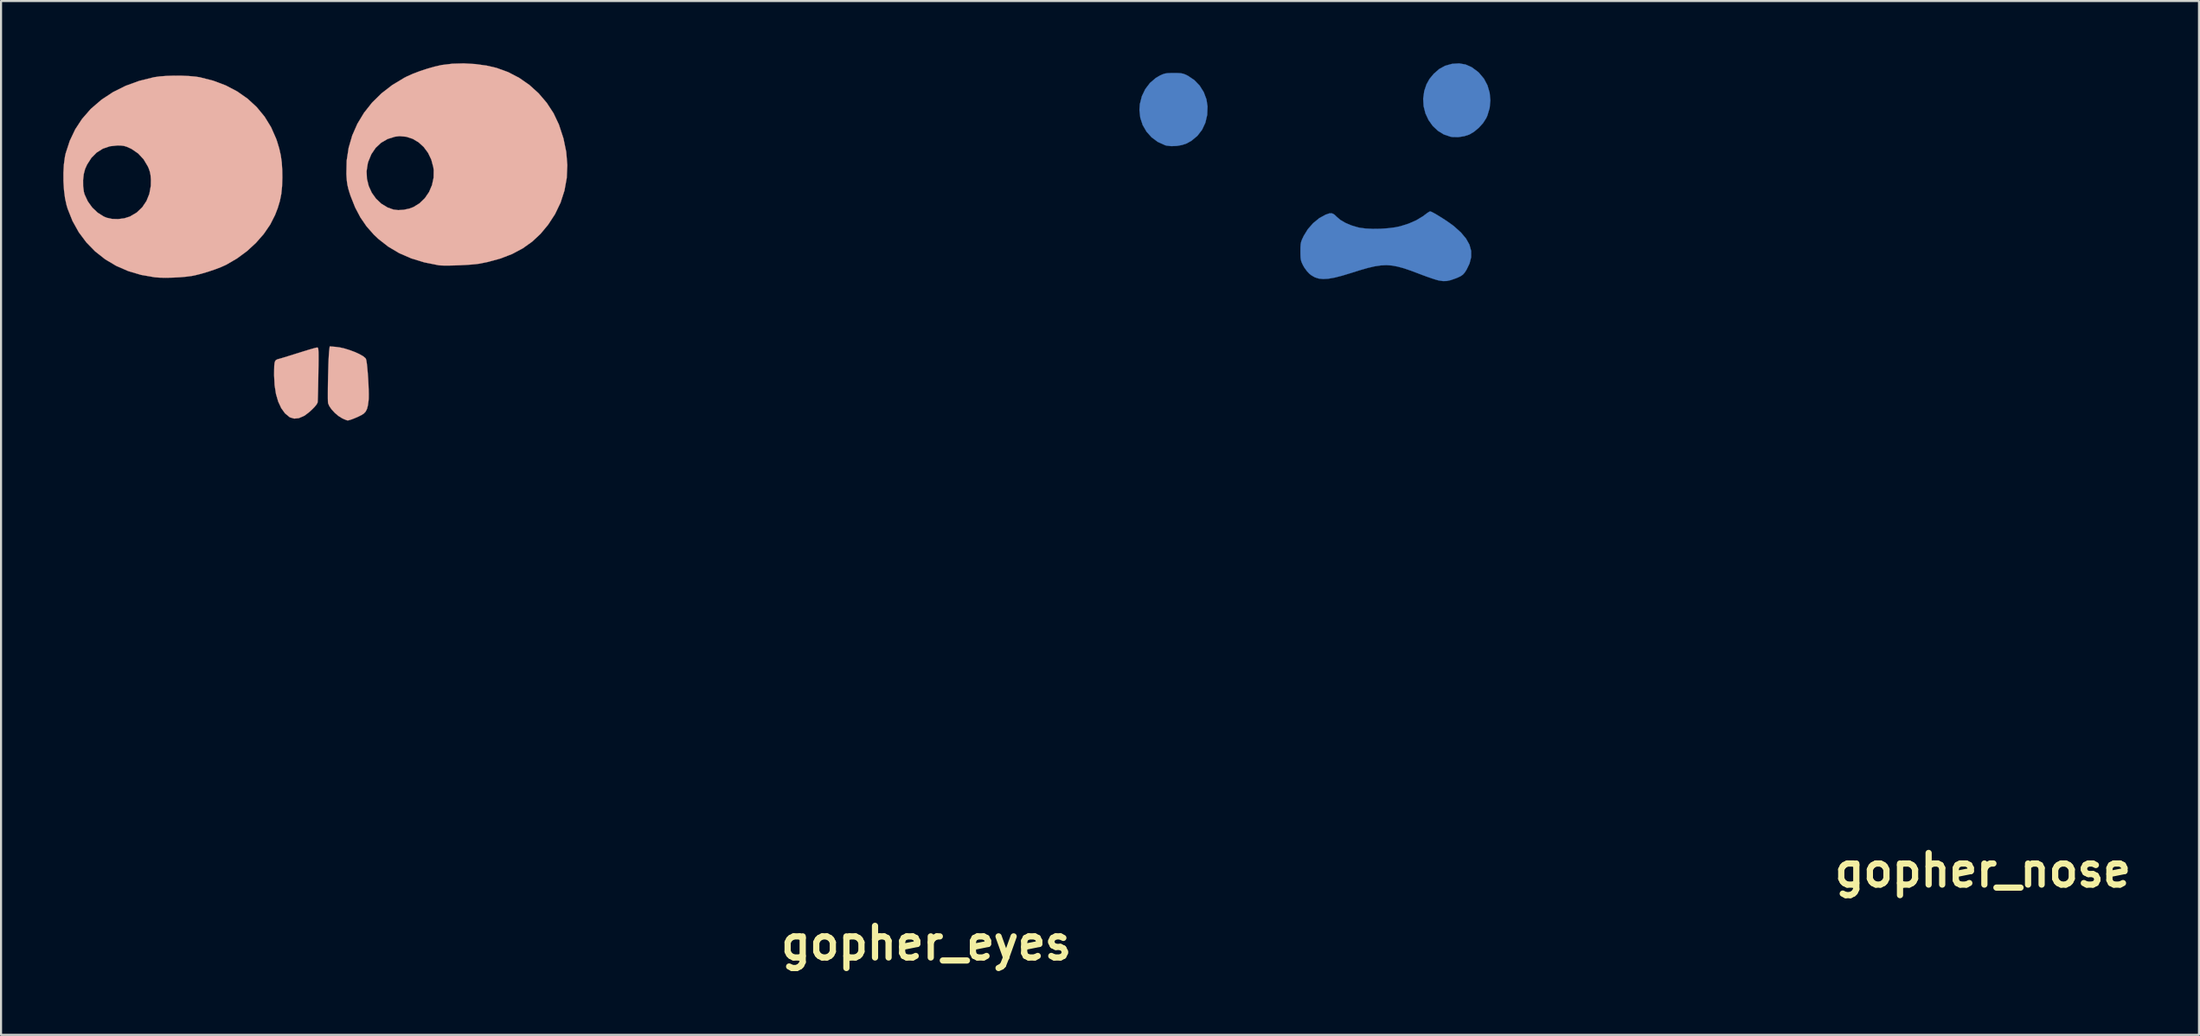
<source format=kicad_pcb>
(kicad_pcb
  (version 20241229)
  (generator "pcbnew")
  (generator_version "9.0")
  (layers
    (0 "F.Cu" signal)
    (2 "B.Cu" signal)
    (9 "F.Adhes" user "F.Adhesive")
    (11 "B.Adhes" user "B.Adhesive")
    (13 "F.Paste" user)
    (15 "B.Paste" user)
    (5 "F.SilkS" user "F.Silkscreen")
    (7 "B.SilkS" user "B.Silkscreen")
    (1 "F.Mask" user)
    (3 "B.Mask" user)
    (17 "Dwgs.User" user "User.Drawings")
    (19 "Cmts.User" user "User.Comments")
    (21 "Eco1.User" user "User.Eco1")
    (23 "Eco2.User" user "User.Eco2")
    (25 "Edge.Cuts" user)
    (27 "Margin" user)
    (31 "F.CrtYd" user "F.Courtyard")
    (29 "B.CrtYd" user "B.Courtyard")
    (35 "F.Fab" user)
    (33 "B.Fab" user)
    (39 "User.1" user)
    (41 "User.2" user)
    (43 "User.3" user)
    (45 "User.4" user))
  (footprint "gopher_eyes"
    (layer "F.Cu")
    (at 41.565 42.398)
    (property "Reference" "gopher_eyes" (at 0 0 0) (layer "F.SilkS") (effects (font (size 1.524 1.524) (thickness 0.3))))
    (attr through_hole)
    (fp_poly (pts (xy -28.453 -28.734) (xy -28.235 -28.704) (xy -27.995 -28.647) (xy -27.747 -28.569) (xy -27.508 -28.479) (xy -27.296 -28.381) (xy -27.126 -28.284) (xy -27.016 -28.192) (xy -26.991 -28.156) (xy -26.968 -28.074) (xy -26.945 -27.922) (xy -26.923 -27.718) (xy -26.902 -27.476) (xy -26.883 -27.213) (xy -26.868 -26.945) (xy -26.858 -26.687) (xy -26.853 -26.455) (xy -26.855 -26.265) (xy -26.861 -26.159) (xy -26.893 -25.918) (xy -26.937 -25.745) (xy -27 -25.619) (xy -27.088 -25.524) (xy -27.11 -25.507) (xy -27.21 -25.445) (xy -27.356 -25.372) (xy -27.521 -25.3) (xy -27.681 -25.238) (xy -27.81 -25.198) (xy -27.869 -25.188) (xy -27.935 -25.206) (xy -28.047 -25.252) (xy -28.142 -25.297) (xy -28.315 -25.406) (xy -28.486 -25.551) (xy -28.638 -25.715) (xy -28.752 -25.877) (xy -28.811 -26.018) (xy -28.812 -26.022) (xy -28.819 -26.107) (xy -28.823 -26.263) (xy -28.823 -26.474) (xy -28.822 -26.728) (xy -28.818 -27.01) (xy -28.812 -27.305) (xy -28.804 -27.6) (xy -28.796 -27.881) (xy -28.786 -28.133) (xy -28.775 -28.341) (xy -28.764 -28.493) (xy -28.76 -28.527) (xy -28.733 -28.755) (xy -28.453 -28.734)) (stroke (width 0.01) (type solid)) (fill yes) (layer "B.SilkS"))
    (fp_poly (pts (xy -29.318 -28.699) (xy -29.301 -28.682) (xy -29.288 -28.645) (xy -29.279 -28.576) (xy -29.274 -28.469) (xy -29.272 -28.313) (xy -29.272 -28.1) (xy -29.275 -27.822) (xy -29.28 -27.468) (xy -29.281 -27.421) (xy -29.286 -27.097) (xy -29.292 -26.796) (xy -29.298 -26.532) (xy -29.304 -26.314) (xy -29.31 -26.155) (xy -29.316 -26.065) (xy -29.317 -26.052) (xy -29.363 -25.962) (xy -29.462 -25.84) (xy -29.596 -25.704) (xy -29.748 -25.569) (xy -29.902 -25.452) (xy -29.986 -25.399) (xy -30.223 -25.299) (xy -30.444 -25.277) (xy -30.642 -25.335) (xy -30.672 -25.352) (xy -30.887 -25.531) (xy -31.068 -25.781) (xy -31.214 -26.096) (xy -31.322 -26.469) (xy -31.388 -26.892) (xy -31.411 -27.358) (xy -31.411 -27.365) (xy -31.409 -27.63) (xy -31.404 -27.823) (xy -31.39 -27.957) (xy -31.364 -28.044) (xy -31.323 -28.097) (xy -31.263 -28.13) (xy -31.184 -28.153) (xy -31.089 -28.179) (xy -30.93 -28.227) (xy -30.721 -28.291) (xy -30.48 -28.366) (xy -30.223 -28.447) (xy -30.214 -28.449) (xy -29.965 -28.527) (xy -29.739 -28.596) (xy -29.551 -28.65) (xy -29.415 -28.687) (xy -29.344 -28.702) (xy -29.341 -28.702) (xy -29.318 -28.699)) (stroke (width 0.01) (type solid)) (fill yes) (layer "B.SilkS"))
    (fp_poly (pts (xy -21.718 -42.361) (xy -21.173 -42.286) (xy -20.701 -42.177) (xy -20.138 -41.973) (xy -19.606 -41.696) (xy -19.114 -41.353) (xy -18.669 -40.95) (xy -18.28 -40.494) (xy -17.953 -39.994) (xy -17.698 -39.455) (xy -17.691 -39.437) (xy -17.475 -38.778) (xy -17.341 -38.128) (xy -17.289 -37.491) (xy -17.317 -36.869) (xy -17.426 -36.266) (xy -17.614 -35.684) (xy -17.883 -35.125) (xy -18.213 -34.62) (xy -18.579 -34.18) (xy -18.984 -33.802) (xy -19.435 -33.481) (xy -19.937 -33.213) (xy -20.497 -32.995) (xy -21.121 -32.824) (xy -21.526 -32.742) (xy -21.689 -32.721) (xy -21.908 -32.7) (xy -22.167 -32.683) (xy -22.446 -32.668) (xy -22.727 -32.658) (xy -22.991 -32.652) (xy -23.22 -32.652) (xy -23.396 -32.658) (xy -23.474 -32.665) (xy -24.172 -32.804) (xy -24.808 -32.998) (xy -25.388 -33.251) (xy -25.914 -33.563) (xy -26.391 -33.936) (xy -26.612 -34.146) (xy -26.959 -34.54) (xy -27.255 -34.971) (xy -27.508 -35.451) (xy -27.724 -35.995) (xy -27.773 -36.14) (xy -27.837 -36.353) (xy -27.88 -36.54) (xy -27.908 -36.735) (xy -27.925 -36.97) (xy -27.93 -37.074) (xy -27.927 -37.199) (xy -26.958 -37.199) (xy -26.941 -36.833) (xy -26.855 -36.483) (xy -26.707 -36.159) (xy -26.502 -35.872) (xy -26.247 -35.632) (xy -25.947 -35.45) (xy -25.665 -35.35) (xy -25.432 -35.322) (xy -25.163 -35.34) (xy -24.893 -35.398) (xy -24.701 -35.47) (xy -24.403 -35.654) (xy -24.15 -35.9) (xy -23.949 -36.195) (xy -23.807 -36.527) (xy -23.73 -36.883) (xy -23.724 -37.25) (xy -23.743 -37.394) (xy -23.841 -37.759) (xy -23.998 -38.085) (xy -24.206 -38.365) (xy -24.455 -38.592) (xy -24.738 -38.759) (xy -25.046 -38.859) (xy -25.371 -38.887) (xy -25.587 -38.862) (xy -25.944 -38.751) (xy -26.257 -38.57) (xy -26.52 -38.324) (xy -26.728 -38.018) (xy -26.877 -37.655) (xy -26.901 -37.569) (xy -26.958 -37.199) (xy -27.927 -37.199) (xy -27.916 -37.711) (xy -27.821 -38.327) (xy -27.649 -38.919) (xy -27.402 -39.481) (xy -27.083 -40.01) (xy -26.695 -40.501) (xy -26.24 -40.949) (xy -25.722 -41.35) (xy -25.143 -41.699) (xy -25.024 -41.76) (xy -24.739 -41.888) (xy -24.4 -42.017) (xy -24.037 -42.137) (xy -23.679 -42.239) (xy -23.356 -42.312) (xy -23.326 -42.317) (xy -22.822 -42.378) (xy -22.277 -42.393) (xy -21.718 -42.361)) (stroke (width 0.01) (type solid)) (fill yes) (layer "B.SilkS"))
    (fp_poly (pts (xy -35.865 -41.8) (xy -35.51 -41.784) (xy -35.195 -41.756) (xy -34.998 -41.726) (xy -34.344 -41.56) (xy -33.738 -41.331) (xy -33.185 -41.04) (xy -32.687 -40.691) (xy -32.247 -40.285) (xy -31.869 -39.825) (xy -31.556 -39.315) (xy -31.31 -38.756) (xy -31.269 -38.638) (xy -31.164 -38.289) (xy -31.09 -37.959) (xy -31.043 -37.622) (xy -31.02 -37.251) (xy -31.015 -36.894) (xy -31.028 -36.473) (xy -31.065 -36.107) (xy -31.133 -35.767) (xy -31.235 -35.427) (xy -31.366 -35.088) (xy -31.601 -34.624) (xy -31.911 -34.173) (xy -32.286 -33.745) (xy -32.715 -33.35) (xy -33.19 -32.999) (xy -33.7 -32.701) (xy -33.734 -32.683) (xy -33.976 -32.575) (xy -34.275 -32.461) (xy -34.601 -32.352) (xy -34.929 -32.255) (xy -35.229 -32.18) (xy -35.37 -32.152) (xy -35.637 -32.116) (xy -35.954 -32.088) (xy -36.293 -32.071) (xy -36.628 -32.064) (xy -36.932 -32.07) (xy -37.157 -32.087) (xy -37.819 -32.202) (xy -38.442 -32.387) (xy -39.021 -32.639) (xy -39.552 -32.956) (xy -40.031 -33.333) (xy -40.455 -33.768) (xy -40.82 -34.257) (xy -41.121 -34.797) (xy -41.355 -35.385) (xy -41.407 -35.556) (xy -41.481 -35.891) (xy -41.531 -36.279) (xy -41.558 -36.698) (xy -41.558 -36.774) (xy -40.613 -36.774) (xy -40.611 -36.479) (xy -40.576 -36.208) (xy -40.54 -36.078) (xy -40.387 -35.747) (xy -40.174 -35.45) (xy -39.914 -35.202) (xy -39.621 -35.017) (xy -39.479 -34.957) (xy -39.219 -34.9) (xy -38.924 -34.891) (xy -38.626 -34.929) (xy -38.359 -35.013) (xy -38.345 -35.02) (xy -38.026 -35.21) (xy -37.763 -35.46) (xy -37.56 -35.763) (xy -37.421 -36.108) (xy -37.351 -36.491) (xy -37.346 -36.784) (xy -37.362 -37) (xy -37.395 -37.169) (xy -37.451 -37.332) (xy -37.496 -37.433) (xy -37.698 -37.771) (xy -37.956 -38.05) (xy -38.265 -38.263) (xy -38.332 -38.297) (xy -38.504 -38.374) (xy -38.645 -38.417) (xy -38.796 -38.435) (xy -38.956 -38.439) (xy -39.325 -38.399) (xy -39.661 -38.284) (xy -39.96 -38.096) (xy -40.215 -37.839) (xy -40.421 -37.517) (xy -40.518 -37.3) (xy -40.581 -37.059) (xy -40.613 -36.774) (xy -41.558 -36.774) (xy -41.56 -37.121) (xy -41.537 -37.526) (xy -41.488 -37.888) (xy -41.451 -38.059) (xy -41.255 -38.661) (xy -40.994 -39.211) (xy -40.665 -39.714) (xy -40.266 -40.173) (xy -40.22 -40.219) (xy -39.727 -40.643) (xy -39.176 -41.007) (xy -38.57 -41.31) (xy -37.911 -41.55) (xy -37.201 -41.726) (xy -37.19 -41.728) (xy -36.922 -41.766) (xy -36.596 -41.79) (xy -36.235 -41.802) (xy -35.865 -41.8)) (stroke (width 0.01) (type solid)) (fill yes) (layer "B.SilkS")))
  (footprint "gopher_nose"
    (layer "F.Cu")
    (at 92.46 38.886)
    (property "Reference" "gopher_nose" (at 0 0 0) (layer "F.SilkS") (effects (font (size 1.524 1.524) (thickness 0.3))))
    (attr through_hole)
    (fp_poly (pts (xy -24.917 -38.828) (xy -24.624 -38.699) (xy -24.339 -38.49) (xy -24.269 -38.427) (xy -24.033 -38.147) (xy -23.862 -37.824) (xy -23.758 -37.471) (xy -23.723 -37.101) (xy -23.758 -36.728) (xy -23.867 -36.364) (xy -23.923 -36.242) (xy -24.073 -36.007) (xy -24.278 -35.78) (xy -24.511 -35.586) (xy -24.733 -35.454) (xy -24.981 -35.373) (xy -25.26 -35.33) (xy -25.53 -35.332) (xy -25.639 -35.348) (xy -25.963 -35.457) (xy -26.253 -35.635) (xy -26.501 -35.871) (xy -26.702 -36.154) (xy -26.85 -36.474) (xy -26.937 -36.818) (xy -26.959 -37.177) (xy -26.909 -37.539) (xy -26.903 -37.563) (xy -26.8 -37.87) (xy -26.656 -38.13) (xy -26.454 -38.376) (xy -26.186 -38.611) (xy -25.896 -38.769) (xy -25.569 -38.859) (xy -25.563 -38.86) (xy -25.226 -38.881) (xy -24.917 -38.828)) (stroke (width 0.01) (type solid)) (fill yes) (layer "B.Cu"))
    (fp_poly (pts (xy -38.767 -38.415) (xy -38.624 -38.405) (xy -38.512 -38.382) (xy -38.405 -38.341) (xy -38.29 -38.284) (xy -37.982 -38.077) (xy -37.725 -37.81) (xy -37.528 -37.496) (xy -37.398 -37.148) (xy -37.346 -36.809) (xy -37.362 -36.399) (xy -37.45 -36.023) (xy -37.607 -35.686) (xy -37.83 -35.395) (xy -38.115 -35.157) (xy -38.345 -35.027) (xy -38.569 -34.95) (xy -38.828 -34.904) (xy -39.091 -34.894) (xy -39.323 -34.92) (xy -39.391 -34.939) (xy -39.742 -35.098) (xy -40.042 -35.32) (xy -40.287 -35.595) (xy -40.47 -35.912) (xy -40.585 -36.263) (xy -40.626 -36.637) (xy -40.606 -36.918) (xy -40.51 -37.298) (xy -40.346 -37.641) (xy -40.12 -37.938) (xy -39.84 -38.178) (xy -39.635 -38.298) (xy -39.511 -38.354) (xy -39.402 -38.39) (xy -39.279 -38.409) (xy -39.118 -38.416) (xy -38.968 -38.417) (xy -38.767 -38.415)) (stroke (width 0.01) (type solid)) (fill yes) (layer "B.Cu"))
    (fp_poly (pts (xy -26.557 -31.727) (xy -26.435 -31.665) (xy -26.274 -31.572) (xy -26.09 -31.459) (xy -25.897 -31.335) (xy -25.712 -31.209) (xy -25.549 -31.091) (xy -25.473 -31.033) (xy -25.142 -30.735) (xy -24.895 -30.44) (xy -24.731 -30.146) (xy -24.649 -29.848) (xy -24.648 -29.545) (xy -24.727 -29.234) (xy -24.869 -28.941) (xy -24.96 -28.799) (xy -25.05 -28.699) (xy -25.164 -28.622) (xy -25.325 -28.548) (xy -25.4 -28.519) (xy -25.633 -28.438) (xy -25.823 -28.396) (xy -25.999 -28.391) (xy -26.191 -28.419) (xy -26.226 -28.426) (xy -26.353 -28.461) (xy -26.539 -28.521) (xy -26.763 -28.598) (xy -27.005 -28.687) (xy -27.146 -28.741) (xy -27.54 -28.89) (xy -27.881 -29.006) (xy -28.182 -29.089) (xy -28.459 -29.141) (xy -28.727 -29.16) (xy -29 -29.147) (xy -29.293 -29.103) (xy -29.621 -29.027) (xy -29.998 -28.919) (xy -30.437 -28.781) (xy -30.861 -28.652) (xy -31.22 -28.56) (xy -31.521 -28.507) (xy -31.776 -28.492) (xy -31.992 -28.514) (xy -32.179 -28.574) (xy -32.346 -28.671) (xy -32.44 -28.746) (xy -32.561 -28.875) (xy -32.681 -29.04) (xy -32.746 -29.153) (xy -32.805 -29.277) (xy -32.842 -29.384) (xy -32.862 -29.502) (xy -32.87 -29.656) (xy -32.872 -29.824) (xy -32.87 -30.023) (xy -32.86 -30.167) (xy -32.837 -30.283) (xy -32.793 -30.401) (xy -32.723 -30.549) (xy -32.716 -30.565) (xy -32.518 -30.888) (xy -32.263 -31.179) (xy -31.97 -31.42) (xy -31.656 -31.594) (xy -31.649 -31.597) (xy -31.477 -31.654) (xy -31.346 -31.654) (xy -31.23 -31.592) (xy -31.131 -31.496) (xy -30.952 -31.342) (xy -30.709 -31.199) (xy -30.422 -31.076) (xy -30.113 -30.984) (xy -30.015 -30.962) (xy -29.727 -30.924) (xy -29.385 -30.908) (xy -29.016 -30.913) (xy -28.648 -30.938) (xy -28.306 -30.982) (xy -28.067 -31.032) (xy -27.661 -31.16) (xy -27.29 -31.323) (xy -26.975 -31.513) (xy -26.893 -31.574) (xy -26.774 -31.664) (xy -26.677 -31.727) (xy -26.625 -31.75) (xy -26.557 -31.727)) (stroke (width 0.01) (type solid)) (fill yes) (layer "B.Cu")))
  (gr_rect
    (start -3 -3)
    (end 102.87 46.816)
    (stroke (width 0.1) (type default))
    (fill no)
    (layer "Edge.Cuts")))
</source>
